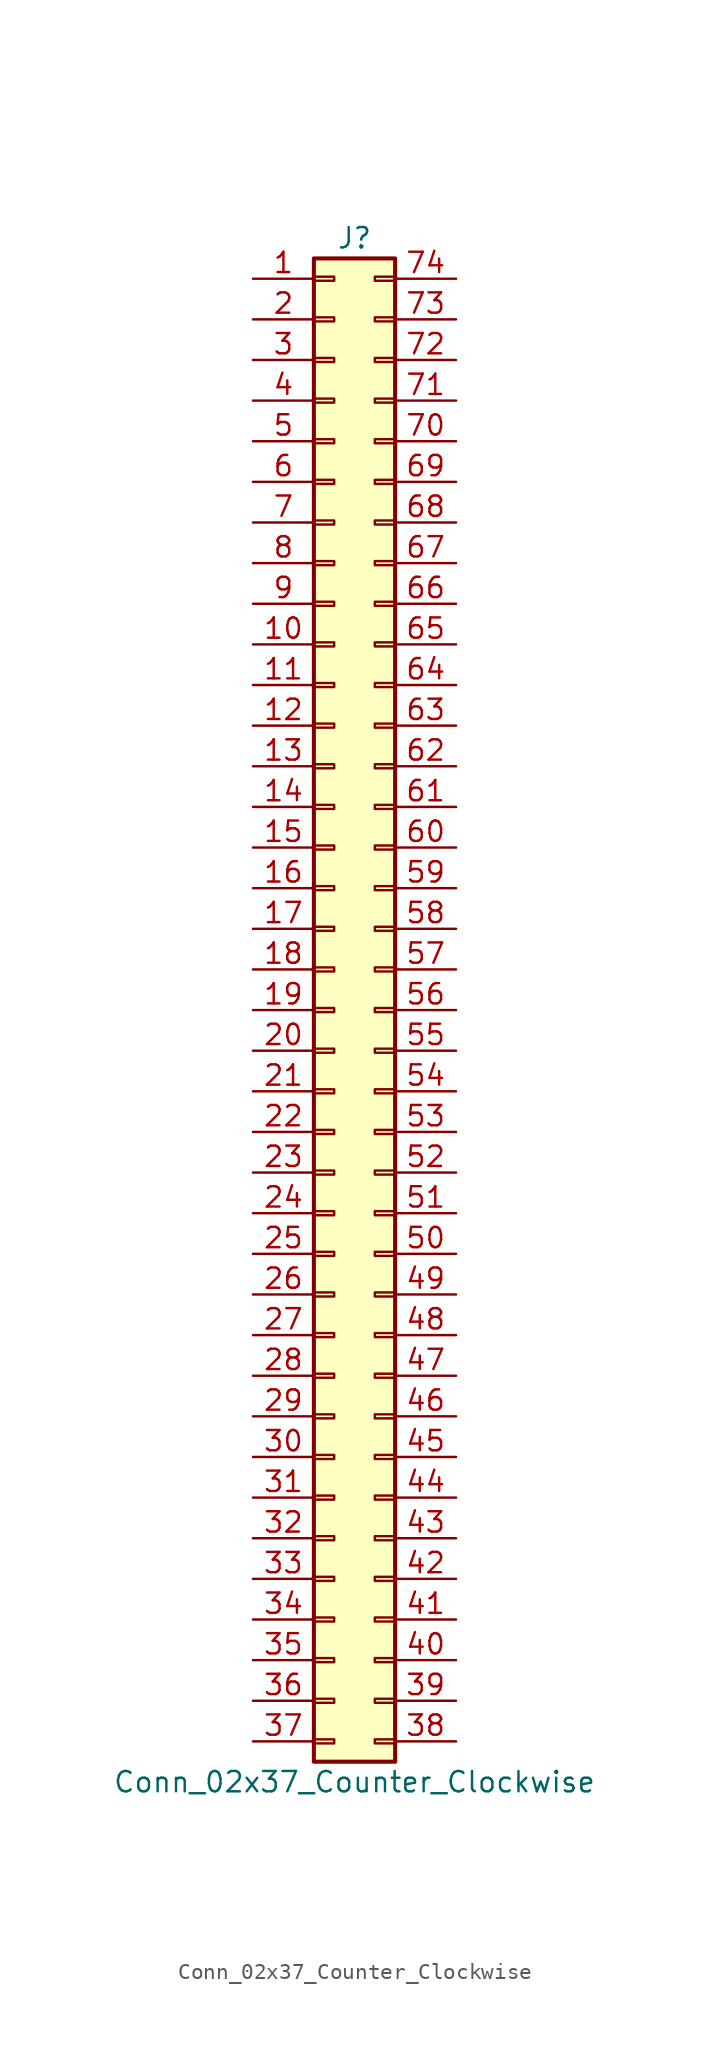
<source format=kicad_sym>
(kicad_symbol_lib
  (version 20201005)
  (generator kicad_symbol_editor)
  (symbol "Conn_02x37_Counter_Clockwise"
    (pin_names
      (offset 1.016) hide)
    (property "Reference" "J"
      (at 1.27 48.26 0)
      (effects (font (size 1.27 1.27))))
    (property "Value" "Conn_02x37_Counter_Clockwise"
      (at 1.27 -48.26 0)
      (effects (font (size 1.27 1.27))))
    (symbol "Conn_02x37_Counter_Clockwise_1_1"
      (rectangle (start -1.27 -45.593) (end 0 -45.847) (stroke (width 0.152)) (fill (type none)))
      (rectangle (start -1.27 -43.053) (end 0 -43.307) (stroke (width 0.152)) (fill (type none)))
      (rectangle (start -1.27 -40.513) (end 0 -40.767) (stroke (width 0.152)) (fill (type none)))
      (rectangle (start -1.27 -37.973) (end 0 -38.227) (stroke (width 0.152)) (fill (type none)))
      (rectangle (start -1.27 -35.433) (end 0 -35.687) (stroke (width 0.152)) (fill (type none)))
      (rectangle (start -1.27 -32.893) (end 0 -33.147) (stroke (width 0.152)) (fill (type none)))
      (rectangle (start -1.27 -30.353) (end 0 -30.607) (stroke (width 0.152)) (fill (type none)))
      (rectangle (start -1.27 -27.813) (end 0 -28.067) (stroke (width 0.152)) (fill (type none)))
      (rectangle (start -1.27 -25.273) (end 0 -25.527) (stroke (width 0.152)) (fill (type none)))
      (rectangle (start -1.27 -22.733) (end 0 -22.987) (stroke (width 0.152)) (fill (type none)))
      (rectangle (start -1.27 -20.193) (end 0 -20.447) (stroke (width 0.152)) (fill (type none)))
      (rectangle (start -1.27 -17.653) (end 0 -17.907) (stroke (width 0.152)) (fill (type none)))
      (rectangle (start -1.27 -15.113) (end 0 -15.367) (stroke (width 0.152)) (fill (type none)))
      (rectangle (start -1.27 -12.573) (end 0 -12.827) (stroke (width 0.152)) (fill (type none)))
      (rectangle (start -1.27 -10.033) (end 0 -10.287) (stroke (width 0.152)) (fill (type none)))
      (rectangle (start -1.27 -7.493) (end 0 -7.747) (stroke (width 0.152)) (fill (type none)))
      (rectangle (start -1.27 -4.953) (end 0 -5.207) (stroke (width 0.152)) (fill (type none)))
      (rectangle (start -1.27 -2.413) (end 0 -2.667) (stroke (width 0.152)) (fill (type none)))
      (rectangle (start -1.27 0.127) (end 0 -0.127) (stroke (width 0.152)) (fill (type none)))
      (rectangle (start -1.27 2.667) (end 0 2.413) (stroke (width 0.152)) (fill (type none)))
      (rectangle (start -1.27 5.207) (end 0 4.953) (stroke (width 0.152)) (fill (type none)))
      (rectangle (start -1.27 7.747) (end 0 7.493) (stroke (width 0.152)) (fill (type none)))
      (rectangle (start -1.27 10.287) (end 0 10.033) (stroke (width 0.152)) (fill (type none)))
      (rectangle (start -1.27 12.827) (end 0 12.573) (stroke (width 0.152)) (fill (type none)))
      (rectangle (start -1.27 15.367) (end 0 15.113) (stroke (width 0.152)) (fill (type none)))
      (rectangle (start -1.27 17.907) (end 0 17.653) (stroke (width 0.152)) (fill (type none)))
      (rectangle (start -1.27 20.447) (end 0 20.193) (stroke (width 0.152)) (fill (type none)))
      (rectangle (start -1.27 22.987) (end 0 22.733) (stroke (width 0.152)) (fill (type none)))
      (rectangle (start -1.27 25.527) (end 0 25.273) (stroke (width 0.152)) (fill (type none)))
      (rectangle (start -1.27 28.067) (end 0 27.813) (stroke (width 0.152)) (fill (type none)))
      (rectangle (start -1.27 30.607) (end 0 30.353) (stroke (width 0.152)) (fill (type none)))
      (rectangle (start -1.27 33.147) (end 0 32.893) (stroke (width 0.152)) (fill (type none)))
      (rectangle (start -1.27 35.687) (end 0 35.433) (stroke (width 0.152)) (fill (type none)))
      (rectangle (start -1.27 38.227) (end 0 37.973) (stroke (width 0.152)) (fill (type none)))
      (rectangle (start -1.27 40.767) (end 0 40.513) (stroke (width 0.152)) (fill (type none)))
      (rectangle (start -1.27 43.307) (end 0 43.053) (stroke (width 0.152)) (fill (type none)))
      (rectangle (start -1.27 45.847) (end 0 45.593) (stroke (width 0.152)) (fill (type none)))
      (rectangle (start -1.27 46.99) (end 3.81 -46.99) (stroke (width 0.254)) (fill (type background)))
      (rectangle (start 3.81 -45.593) (end 2.54 -45.847) (stroke (width 0.152)) (fill (type none)))
      (rectangle (start 3.81 -43.053) (end 2.54 -43.307) (stroke (width 0.152)) (fill (type none)))
      (rectangle (start 3.81 -40.513) (end 2.54 -40.767) (stroke (width 0.152)) (fill (type none)))
      (rectangle (start 3.81 -37.973) (end 2.54 -38.227) (stroke (width 0.152)) (fill (type none)))
      (rectangle (start 3.81 -35.433) (end 2.54 -35.687) (stroke (width 0.152)) (fill (type none)))
      (rectangle (start 3.81 -32.893) (end 2.54 -33.147) (stroke (width 0.152)) (fill (type none)))
      (rectangle (start 3.81 -30.353) (end 2.54 -30.607) (stroke (width 0.152)) (fill (type none)))
      (rectangle (start 3.81 -27.813) (end 2.54 -28.067) (stroke (width 0.152)) (fill (type none)))
      (rectangle (start 3.81 -25.273) (end 2.54 -25.527) (stroke (width 0.152)) (fill (type none)))
      (rectangle (start 3.81 -22.733) (end 2.54 -22.987) (stroke (width 0.152)) (fill (type none)))
      (rectangle (start 3.81 -20.193) (end 2.54 -20.447) (stroke (width 0.152)) (fill (type none)))
      (rectangle (start 3.81 -17.653) (end 2.54 -17.907) (stroke (width 0.152)) (fill (type none)))
      (rectangle (start 3.81 -15.113) (end 2.54 -15.367) (stroke (width 0.152)) (fill (type none)))
      (rectangle (start 3.81 -12.573) (end 2.54 -12.827) (stroke (width 0.152)) (fill (type none)))
      (rectangle (start 3.81 -10.033) (end 2.54 -10.287) (stroke (width 0.152)) (fill (type none)))
      (rectangle (start 3.81 -7.493) (end 2.54 -7.747) (stroke (width 0.152)) (fill (type none)))
      (rectangle (start 3.81 -4.953) (end 2.54 -5.207) (stroke (width 0.152)) (fill (type none)))
      (rectangle (start 3.81 -2.413) (end 2.54 -2.667) (stroke (width 0.152)) (fill (type none)))
      (rectangle (start 3.81 0.127) (end 2.54 -0.127) (stroke (width 0.152)) (fill (type none)))
      (rectangle (start 3.81 2.667) (end 2.54 2.413) (stroke (width 0.152)) (fill (type none)))
      (rectangle (start 3.81 5.207) (end 2.54 4.953) (stroke (width 0.152)) (fill (type none)))
      (rectangle (start 3.81 7.747) (end 2.54 7.493) (stroke (width 0.152)) (fill (type none)))
      (rectangle (start 3.81 10.287) (end 2.54 10.033) (stroke (width 0.152)) (fill (type none)))
      (rectangle (start 3.81 12.827) (end 2.54 12.573) (stroke (width 0.152)) (fill (type none)))
      (rectangle (start 3.81 15.367) (end 2.54 15.113) (stroke (width 0.152)) (fill (type none)))
      (rectangle (start 3.81 17.907) (end 2.54 17.653) (stroke (width 0.152)) (fill (type none)))
      (rectangle (start 3.81 20.447) (end 2.54 20.193) (stroke (width 0.152)) (fill (type none)))
      (rectangle (start 3.81 22.987) (end 2.54 22.733) (stroke (width 0.152)) (fill (type none)))
      (rectangle (start 3.81 25.527) (end 2.54 25.273) (stroke (width 0.152)) (fill (type none)))
      (rectangle (start 3.81 28.067) (end 2.54 27.813) (stroke (width 0.152)) (fill (type none)))
      (rectangle (start 3.81 30.607) (end 2.54 30.353) (stroke (width 0.152)) (fill (type none)))
      (rectangle (start 3.81 33.147) (end 2.54 32.893) (stroke (width 0.152)) (fill (type none)))
      (rectangle (start 3.81 35.687) (end 2.54 35.433) (stroke (width 0.152)) (fill (type none)))
      (rectangle (start 3.81 38.227) (end 2.54 37.973) (stroke (width 0.152)) (fill (type none)))
      (rectangle (start 3.81 40.767) (end 2.54 40.513) (stroke (width 0.152)) (fill (type none)))
      (rectangle (start 3.81 43.307) (end 2.54 43.053) (stroke (width 0.152)) (fill (type none)))
      (rectangle (start 3.81 45.847) (end 2.54 45.593) (stroke (width 0.152)) (fill (type none)))
      (pin passive line (at -5.08 45.72 0) (length 3.81) (name "Pin_1" (effects (font (size 1.27 1.27)))) (number "1" (effects (font (size 1.27 1.27)))))
      (pin passive line (at -5.08 22.86 0) (length 3.81) (name "Pin_10" (effects (font (size 1.27 1.27)))) (number "10" (effects (font (size 1.27 1.27)))))
      (pin passive line (at -5.08 20.32 0) (length 3.81) (name "Pin_11" (effects (font (size 1.27 1.27)))) (number "11" (effects (font (size 1.27 1.27)))))
      (pin passive line (at -5.08 17.78 0) (length 3.81) (name "Pin_12" (effects (font (size 1.27 1.27)))) (number "12" (effects (font (size 1.27 1.27)))))
      (pin passive line (at -5.08 15.24 0) (length 3.81) (name "Pin_13" (effects (font (size 1.27 1.27)))) (number "13" (effects (font (size 1.27 1.27)))))
      (pin passive line (at -5.08 12.7 0) (length 3.81) (name "Pin_14" (effects (font (size 1.27 1.27)))) (number "14" (effects (font (size 1.27 1.27)))))
      (pin passive line (at -5.08 10.16 0) (length 3.81) (name "Pin_15" (effects (font (size 1.27 1.27)))) (number "15" (effects (font (size 1.27 1.27)))))
      (pin passive line (at -5.08 7.62 0) (length 3.81) (name "Pin_16" (effects (font (size 1.27 1.27)))) (number "16" (effects (font (size 1.27 1.27)))))
      (pin passive line (at -5.08 5.08 0) (length 3.81) (name "Pin_17" (effects (font (size 1.27 1.27)))) (number "17" (effects (font (size 1.27 1.27)))))
      (pin passive line (at -5.08 2.54 0) (length 3.81) (name "Pin_18" (effects (font (size 1.27 1.27)))) (number "18" (effects (font (size 1.27 1.27)))))
      (pin passive line (at -5.08 0 0) (length 3.81) (name "Pin_19" (effects (font (size 1.27 1.27)))) (number "19" (effects (font (size 1.27 1.27)))))
      (pin passive line (at -5.08 43.18 0) (length 3.81) (name "Pin_2" (effects (font (size 1.27 1.27)))) (number "2" (effects (font (size 1.27 1.27)))))
      (pin passive line (at -5.08 -2.54 0) (length 3.81) (name "Pin_20" (effects (font (size 1.27 1.27)))) (number "20" (effects (font (size 1.27 1.27)))))
      (pin passive line (at -5.08 -5.08 0) (length 3.81) (name "Pin_21" (effects (font (size 1.27 1.27)))) (number "21" (effects (font (size 1.27 1.27)))))
      (pin passive line (at -5.08 -7.62 0) (length 3.81) (name "Pin_22" (effects (font (size 1.27 1.27)))) (number "22" (effects (font (size 1.27 1.27)))))
      (pin passive line (at -5.08 -10.16 0) (length 3.81) (name "Pin_23" (effects (font (size 1.27 1.27)))) (number "23" (effects (font (size 1.27 1.27)))))
      (pin passive line (at -5.08 -12.7 0) (length 3.81) (name "Pin_24" (effects (font (size 1.27 1.27)))) (number "24" (effects (font (size 1.27 1.27)))))
      (pin passive line (at -5.08 -15.24 0) (length 3.81) (name "Pin_25" (effects (font (size 1.27 1.27)))) (number "25" (effects (font (size 1.27 1.27)))))
      (pin passive line (at -5.08 -17.78 0) (length 3.81) (name "Pin_26" (effects (font (size 1.27 1.27)))) (number "26" (effects (font (size 1.27 1.27)))))
      (pin passive line (at -5.08 -20.32 0) (length 3.81) (name "Pin_27" (effects (font (size 1.27 1.27)))) (number "27" (effects (font (size 1.27 1.27)))))
      (pin passive line (at -5.08 -22.86 0) (length 3.81) (name "Pin_28" (effects (font (size 1.27 1.27)))) (number "28" (effects (font (size 1.27 1.27)))))
      (pin passive line (at -5.08 -25.4 0) (length 3.81) (name "Pin_29" (effects (font (size 1.27 1.27)))) (number "29" (effects (font (size 1.27 1.27)))))
      (pin passive line (at -5.08 40.64 0) (length 3.81) (name "Pin_3" (effects (font (size 1.27 1.27)))) (number "3" (effects (font (size 1.27 1.27)))))
      (pin passive line (at -5.08 -27.94 0) (length 3.81) (name "Pin_30" (effects (font (size 1.27 1.27)))) (number "30" (effects (font (size 1.27 1.27)))))
      (pin passive line (at -5.08 -30.48 0) (length 3.81) (name "Pin_31" (effects (font (size 1.27 1.27)))) (number "31" (effects (font (size 1.27 1.27)))))
      (pin passive line (at -5.08 -33.02 0) (length 3.81) (name "Pin_32" (effects (font (size 1.27 1.27)))) (number "32" (effects (font (size 1.27 1.27)))))
      (pin passive line (at -5.08 -35.56 0) (length 3.81) (name "Pin_33" (effects (font (size 1.27 1.27)))) (number "33" (effects (font (size 1.27 1.27)))))
      (pin passive line (at -5.08 -38.1 0) (length 3.81) (name "Pin_34" (effects (font (size 1.27 1.27)))) (number "34" (effects (font (size 1.27 1.27)))))
      (pin passive line (at -5.08 -40.64 0) (length 3.81) (name "Pin_35" (effects (font (size 1.27 1.27)))) (number "35" (effects (font (size 1.27 1.27)))))
      (pin passive line (at -5.08 -43.18 0) (length 3.81) (name "Pin_36" (effects (font (size 1.27 1.27)))) (number "36" (effects (font (size 1.27 1.27)))))
      (pin passive line (at -5.08 -45.72 0) (length 3.81) (name "Pin_37" (effects (font (size 1.27 1.27)))) (number "37" (effects (font (size 1.27 1.27)))))
      (pin passive line (at 7.62 -45.72 180) (length 3.81) (name "Pin_38" (effects (font (size 1.27 1.27)))) (number "38" (effects (font (size 1.27 1.27)))))
      (pin passive line (at 7.62 -43.18 180) (length 3.81) (name "Pin_39" (effects (font (size 1.27 1.27)))) (number "39" (effects (font (size 1.27 1.27)))))
      (pin passive line (at -5.08 38.1 0) (length 3.81) (name "Pin_4" (effects (font (size 1.27 1.27)))) (number "4" (effects (font (size 1.27 1.27)))))
      (pin passive line (at 7.62 -40.64 180) (length 3.81) (name "Pin_40" (effects (font (size 1.27 1.27)))) (number "40" (effects (font (size 1.27 1.27)))))
      (pin passive line (at 7.62 -38.1 180) (length 3.81) (name "Pin_41" (effects (font (size 1.27 1.27)))) (number "41" (effects (font (size 1.27 1.27)))))
      (pin passive line (at 7.62 -35.56 180) (length 3.81) (name "Pin_42" (effects (font (size 1.27 1.27)))) (number "42" (effects (font (size 1.27 1.27)))))
      (pin passive line (at 7.62 -33.02 180) (length 3.81) (name "Pin_43" (effects (font (size 1.27 1.27)))) (number "43" (effects (font (size 1.27 1.27)))))
      (pin passive line (at 7.62 -30.48 180) (length 3.81) (name "Pin_44" (effects (font (size 1.27 1.27)))) (number "44" (effects (font (size 1.27 1.27)))))
      (pin passive line (at 7.62 -27.94 180) (length 3.81) (name "Pin_45" (effects (font (size 1.27 1.27)))) (number "45" (effects (font (size 1.27 1.27)))))
      (pin passive line (at 7.62 -25.4 180) (length 3.81) (name "Pin_46" (effects (font (size 1.27 1.27)))) (number "46" (effects (font (size 1.27 1.27)))))
      (pin passive line (at 7.62 -22.86 180) (length 3.81) (name "Pin_47" (effects (font (size 1.27 1.27)))) (number "47" (effects (font (size 1.27 1.27)))))
      (pin passive line (at 7.62 -20.32 180) (length 3.81) (name "Pin_48" (effects (font (size 1.27 1.27)))) (number "48" (effects (font (size 1.27 1.27)))))
      (pin passive line (at 7.62 -17.78 180) (length 3.81) (name "Pin_49" (effects (font (size 1.27 1.27)))) (number "49" (effects (font (size 1.27 1.27)))))
      (pin passive line (at -5.08 35.56 0) (length 3.81) (name "Pin_5" (effects (font (size 1.27 1.27)))) (number "5" (effects (font (size 1.27 1.27)))))
      (pin passive line (at 7.62 -15.24 180) (length 3.81) (name "Pin_50" (effects (font (size 1.27 1.27)))) (number "50" (effects (font (size 1.27 1.27)))))
      (pin passive line (at 7.62 -12.7 180) (length 3.81) (name "Pin_51" (effects (font (size 1.27 1.27)))) (number "51" (effects (font (size 1.27 1.27)))))
      (pin passive line (at 7.62 -10.16 180) (length 3.81) (name "Pin_52" (effects (font (size 1.27 1.27)))) (number "52" (effects (font (size 1.27 1.27)))))
      (pin passive line (at 7.62 -7.62 180) (length 3.81) (name "Pin_53" (effects (font (size 1.27 1.27)))) (number "53" (effects (font (size 1.27 1.27)))))
      (pin passive line (at 7.62 -5.08 180) (length 3.81) (name "Pin_54" (effects (font (size 1.27 1.27)))) (number "54" (effects (font (size 1.27 1.27)))))
      (pin passive line (at 7.62 -2.54 180) (length 3.81) (name "Pin_55" (effects (font (size 1.27 1.27)))) (number "55" (effects (font (size 1.27 1.27)))))
      (pin passive line (at 7.62 0 180) (length 3.81) (name "Pin_56" (effects (font (size 1.27 1.27)))) (number "56" (effects (font (size 1.27 1.27)))))
      (pin passive line (at 7.62 2.54 180) (length 3.81) (name "Pin_57" (effects (font (size 1.27 1.27)))) (number "57" (effects (font (size 1.27 1.27)))))
      (pin passive line (at 7.62 5.08 180) (length 3.81) (name "Pin_58" (effects (font (size 1.27 1.27)))) (number "58" (effects (font (size 1.27 1.27)))))
      (pin passive line (at 7.62 7.62 180) (length 3.81) (name "Pin_59" (effects (font (size 1.27 1.27)))) (number "59" (effects (font (size 1.27 1.27)))))
      (pin passive line (at -5.08 33.02 0) (length 3.81) (name "Pin_6" (effects (font (size 1.27 1.27)))) (number "6" (effects (font (size 1.27 1.27)))))
      (pin passive line (at 7.62 10.16 180) (length 3.81) (name "Pin_60" (effects (font (size 1.27 1.27)))) (number "60" (effects (font (size 1.27 1.27)))))
      (pin passive line (at 7.62 12.7 180) (length 3.81) (name "Pin_61" (effects (font (size 1.27 1.27)))) (number "61" (effects (font (size 1.27 1.27)))))
      (pin passive line (at 7.62 15.24 180) (length 3.81) (name "Pin_62" (effects (font (size 1.27 1.27)))) (number "62" (effects (font (size 1.27 1.27)))))
      (pin passive line (at 7.62 17.78 180) (length 3.81) (name "Pin_63" (effects (font (size 1.27 1.27)))) (number "63" (effects (font (size 1.27 1.27)))))
      (pin passive line (at 7.62 20.32 180) (length 3.81) (name "Pin_64" (effects (font (size 1.27 1.27)))) (number "64" (effects (font (size 1.27 1.27)))))
      (pin passive line (at 7.62 22.86 180) (length 3.81) (name "Pin_65" (effects (font (size 1.27 1.27)))) (number "65" (effects (font (size 1.27 1.27)))))
      (pin passive line (at 7.62 25.4 180) (length 3.81) (name "Pin_66" (effects (font (size 1.27 1.27)))) (number "66" (effects (font (size 1.27 1.27)))))
      (pin passive line (at 7.62 27.94 180) (length 3.81) (name "Pin_67" (effects (font (size 1.27 1.27)))) (number "67" (effects (font (size 1.27 1.27)))))
      (pin passive line (at 7.62 30.48 180) (length 3.81) (name "Pin_68" (effects (font (size 1.27 1.27)))) (number "68" (effects (font (size 1.27 1.27)))))
      (pin passive line (at 7.62 33.02 180) (length 3.81) (name "Pin_69" (effects (font (size 1.27 1.27)))) (number "69" (effects (font (size 1.27 1.27)))))
      (pin passive line (at -5.08 30.48 0) (length 3.81) (name "Pin_7" (effects (font (size 1.27 1.27)))) (number "7" (effects (font (size 1.27 1.27)))))
      (pin passive line (at 7.62 35.56 180) (length 3.81) (name "Pin_70" (effects (font (size 1.27 1.27)))) (number "70" (effects (font (size 1.27 1.27)))))
      (pin passive line (at 7.62 38.1 180) (length 3.81) (name "Pin_71" (effects (font (size 1.27 1.27)))) (number "71" (effects (font (size 1.27 1.27)))))
      (pin passive line (at 7.62 40.64 180) (length 3.81) (name "Pin_72" (effects (font (size 1.27 1.27)))) (number "72" (effects (font (size 1.27 1.27)))))
      (pin passive line (at 7.62 43.18 180) (length 3.81) (name "Pin_73" (effects (font (size 1.27 1.27)))) (number "73" (effects (font (size 1.27 1.27)))))
      (pin passive line (at 7.62 45.72 180) (length 3.81) (name "Pin_74" (effects (font (size 1.27 1.27)))) (number "74" (effects (font (size 1.27 1.27)))))
      (pin passive line (at -5.08 27.94 0) (length 3.81) (name "Pin_8" (effects (font (size 1.27 1.27)))) (number "8" (effects (font (size 1.27 1.27)))))
      (pin passive line (at -5.08 25.4 0) (length 3.81) (name "Pin_9" (effects (font (size 1.27 1.27)))) (number "9" (effects (font (size 1.27 1.27))))))))
</source>
